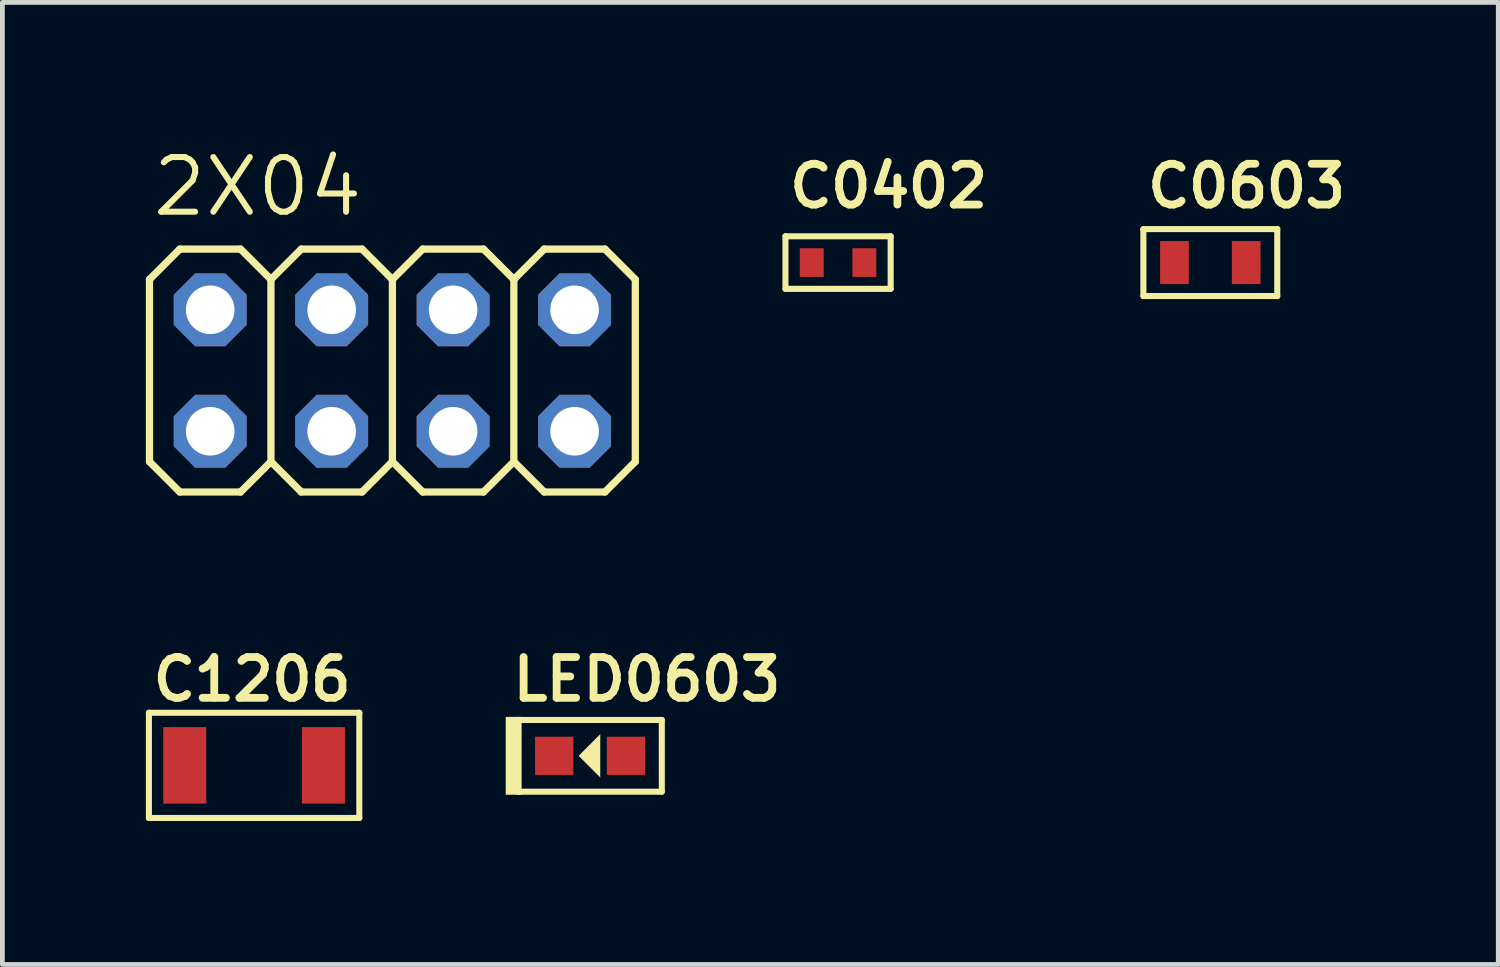
<source format=kicad_pcb>
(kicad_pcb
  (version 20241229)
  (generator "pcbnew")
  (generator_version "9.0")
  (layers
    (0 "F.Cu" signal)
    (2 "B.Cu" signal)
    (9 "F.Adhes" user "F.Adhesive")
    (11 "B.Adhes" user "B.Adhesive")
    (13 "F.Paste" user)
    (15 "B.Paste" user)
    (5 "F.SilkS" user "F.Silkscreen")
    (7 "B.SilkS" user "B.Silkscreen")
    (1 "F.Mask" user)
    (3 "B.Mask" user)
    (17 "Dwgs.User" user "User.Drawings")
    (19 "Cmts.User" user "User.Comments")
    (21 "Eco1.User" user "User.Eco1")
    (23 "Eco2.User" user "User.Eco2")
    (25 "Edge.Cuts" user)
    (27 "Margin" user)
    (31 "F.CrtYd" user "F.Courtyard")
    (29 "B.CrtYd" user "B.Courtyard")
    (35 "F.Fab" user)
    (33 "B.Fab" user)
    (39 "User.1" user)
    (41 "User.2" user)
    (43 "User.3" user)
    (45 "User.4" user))
  (footprint "C0603"
    (layer "F.Cu")
    (at 22.261 2.441)
    (property "Reference" "C0603" (at -1.4 -1.1 0) (layer "F.SilkS") (effects (font (size 0.853 0.853) (thickness 0.163)) (justify left bottom)))
    (fp_line (start -1.4 -0.7) (end -1.4 0.7) (stroke (width 0.127) (type solid)) (layer "F.SilkS"))
    (fp_line (start -1.4 0.7) (end 1.4 0.7) (stroke (width 0.127) (type solid)) (layer "F.SilkS"))
    (fp_line (start 1.4 -0.7) (end -1.4 -0.7) (stroke (width 0.127) (type solid)) (layer "F.SilkS"))
    (fp_line (start 1.4 0.7) (end 1.4 -0.7) (stroke (width 0.127) (type solid)) (layer "F.SilkS"))
    (pad "P$1" smd rect (at -0.75 0 180) (size 0.6 0.9) (layers "F.Cu" "F.Mask" "F.Paste"))
    (pad "P$2" smd rect (at 0.75 0 180) (size 0.6 0.9) (layers "F.Cu" "F.Mask" "F.Paste")))
  (footprint "LED0603"
    (layer "F.Cu")
    (at 9.29 12.756)
    (property "Reference" "LED0603" (at -1.7 -1.1 0) (layer "F.SilkS") (effects (font (size 0.853 0.853) (thickness 0.163)) (justify left bottom)))
    (fp_line (start -1.5 -0.75) (end -1.5 0.75) (stroke (width 0.127) (type solid)) (layer "F.SilkS"))
    (fp_line (start -1.5 0.75) (end 1.5 0.75) (stroke (width 0.127) (type solid)) (layer "F.SilkS"))
    (fp_line (start 1.5 -0.75) (end -1.5 -0.75) (stroke (width 0.127) (type solid)) (layer "F.SilkS"))
    (fp_line (start 1.5 0.75) (end 1.5 -0.75) (stroke (width 0.127) (type solid)) (layer "F.SilkS"))
    (fp_poly (pts (xy 0.213 0.453) (xy -0.24 0) (xy 0.213 -0.453)) (stroke (width 0) (type default)) (fill yes) (layer "F.SilkS"))
    (fp_poly (pts (xy -1.437 0.814) (xy -1.764 0.814) (xy -1.764 -0.814) (xy -1.437 -0.814)) (stroke (width 0) (type default)) (fill yes) (layer "F.SilkS"))
    (pad "ANODE" smd rect (at 0.75 0) (size 0.8 0.8) (layers "F.Cu" "F.Mask" "F.Paste"))
    (pad "CATHODE" smd rect (at -0.75 0) (size 0.8 0.8) (layers "F.Cu" "F.Mask" "F.Paste")))
  (footprint "C1206"
    (layer "F.Cu")
    (at 2.264 12.956)
    (property "Reference" "C1206" (at -2.2 -1.3 0) (layer "F.SilkS") (effects (font (size 0.853 0.853) (thickness 0.163)) (justify left bottom)))
    (fp_line (start -2.2 -1.1) (end -2.2 1.1) (stroke (width 0.127) (type solid)) (layer "F.SilkS"))
    (fp_line (start -2.2 1.1) (end 2.2 1.1) (stroke (width 0.127) (type solid)) (layer "F.SilkS"))
    (fp_line (start 2.2 -1.1) (end -2.2 -1.1) (stroke (width 0.127) (type solid)) (layer "F.SilkS"))
    (fp_line (start 2.2 1.1) (end 2.2 -1.1) (stroke (width 0.127) (type solid)) (layer "F.SilkS"))
    (pad "P$1" smd rect (at -1.45 0 180) (size 0.9 1.6) (layers "F.Cu" "F.Mask" "F.Paste"))
    (pad "P$2" smd rect (at 1.45 0 180) (size 0.9 1.6) (layers "F.Cu" "F.Mask" "F.Paste")))
  (footprint "2X04"
    (layer "F.Cu")
    (at 5.156 4.699)
    (property "Reference" "2X04" (at -5.08 -3.175 0) (layer "F.SilkS") (effects (font (size 1.143 1.143) (thickness 0.127)) (justify left bottom)))
    (fp_line (start -5.08 -1.905) (end -4.445 -2.54) (stroke (width 0.152) (type solid)) (layer "F.SilkS"))
    (fp_line (start -5.08 1.905) (end -5.08 -1.905) (stroke (width 0.152) (type solid)) (layer "F.SilkS"))
    (fp_line (start -5.08 1.905) (end -4.445 2.54) (stroke (width 0.152) (type solid)) (layer "F.SilkS"))
    (fp_line (start -4.445 -2.54) (end -3.175 -2.54) (stroke (width 0.152) (type solid)) (layer "F.SilkS"))
    (fp_line (start -4.445 2.54) (end -3.175 2.54) (stroke (width 0.152) (type solid)) (layer "F.SilkS"))
    (fp_line (start -3.175 -2.54) (end -2.54 -1.905) (stroke (width 0.152) (type solid)) (layer "F.SilkS"))
    (fp_line (start -3.175 2.54) (end -2.54 1.905) (stroke (width 0.152) (type solid)) (layer "F.SilkS"))
    (fp_line (start -2.54 -1.905) (end -2.54 1.905) (stroke (width 0.152) (type solid)) (layer "F.SilkS"))
    (fp_line (start -2.54 -1.905) (end -1.905 -2.54) (stroke (width 0.152) (type solid)) (layer "F.SilkS"))
    (fp_line (start -2.54 1.905) (end -1.905 2.54) (stroke (width 0.152) (type solid)) (layer "F.SilkS"))
    (fp_line (start -1.905 -2.54) (end -0.635 -2.54) (stroke (width 0.152) (type solid)) (layer "F.SilkS"))
    (fp_line (start -1.905 2.54) (end -0.635 2.54) (stroke (width 0.152) (type solid)) (layer "F.SilkS"))
    (fp_line (start -0.635 -2.54) (end 0 -1.905) (stroke (width 0.152) (type solid)) (layer "F.SilkS"))
    (fp_line (start -0.635 2.54) (end 0 1.905) (stroke (width 0.152) (type solid)) (layer "F.SilkS"))
    (fp_line (start 0 -1.905) (end 0 1.905) (stroke (width 0.152) (type solid)) (layer "F.SilkS"))
    (fp_line (start 0 -1.905) (end 0.635 -2.54) (stroke (width 0.152) (type solid)) (layer "F.SilkS"))
    (fp_line (start 0 1.905) (end 0.635 2.54) (stroke (width 0.152) (type solid)) (layer "F.SilkS"))
    (fp_line (start 0.635 -2.54) (end 1.905 -2.54) (stroke (width 0.152) (type solid)) (layer "F.SilkS"))
    (fp_line (start 0.635 2.54) (end 1.905 2.54) (stroke (width 0.152) (type solid)) (layer "F.SilkS"))
    (fp_line (start 1.905 -2.54) (end 2.54 -1.905) (stroke (width 0.152) (type solid)) (layer "F.SilkS"))
    (fp_line (start 1.905 2.54) (end 2.54 1.905) (stroke (width 0.152) (type solid)) (layer "F.SilkS"))
    (fp_line (start 2.54 -1.905) (end 2.54 1.905) (stroke (width 0.152) (type solid)) (layer "F.SilkS"))
    (fp_line (start 2.54 -1.905) (end 3.175 -2.54) (stroke (width 0.152) (type solid)) (layer "F.SilkS"))
    (fp_line (start 2.54 1.905) (end 3.175 2.54) (stroke (width 0.152) (type solid)) (layer "F.SilkS"))
    (fp_line (start 3.175 -2.54) (end 4.445 -2.54) (stroke (width 0.152) (type solid)) (layer "F.SilkS"))
    (fp_line (start 3.175 2.54) (end 4.445 2.54) (stroke (width 0.152) (type solid)) (layer "F.SilkS"))
    (fp_line (start 4.445 -2.54) (end 5.08 -1.905) (stroke (width 0.152) (type solid)) (layer "F.SilkS"))
    (fp_line (start 4.445 2.54) (end 5.08 1.905) (stroke (width 0.152) (type solid)) (layer "F.SilkS"))
    (fp_line (start 5.08 -1.905) (end 5.08 1.905) (stroke (width 0.152) (type solid)) (layer "F.SilkS"))
    (fp_poly (pts (xy -4.064 -1.016) (xy -3.556 -1.016) (xy -3.556 -1.524) (xy -4.064 -1.524)) (stroke (width 0.1) (type default)) (fill no) (layer "F.Fab"))
    (fp_poly (pts (xy -4.064 1.524) (xy -3.556 1.524) (xy -3.556 1.016) (xy -4.064 1.016)) (stroke (width 0.1) (type default)) (fill no) (layer "F.Fab"))
    (fp_poly (pts (xy -1.524 -1.016) (xy -1.016 -1.016) (xy -1.016 -1.524) (xy -1.524 -1.524)) (stroke (width 0.1) (type default)) (fill no) (layer "F.Fab"))
    (fp_poly (pts (xy -1.524 1.524) (xy -1.016 1.524) (xy -1.016 1.016) (xy -1.524 1.016)) (stroke (width 0.1) (type default)) (fill no) (layer "F.Fab"))
    (fp_poly (pts (xy 1.016 -1.016) (xy 1.524 -1.016) (xy 1.524 -1.524) (xy 1.016 -1.524)) (stroke (width 0.1) (type default)) (fill no) (layer "F.Fab"))
    (fp_poly (pts (xy 1.016 1.524) (xy 1.524 1.524) (xy 1.524 1.016) (xy 1.016 1.016)) (stroke (width 0.1) (type default)) (fill no) (layer "F.Fab"))
    (fp_poly (pts (xy 3.556 -1.016) (xy 4.064 -1.016) (xy 4.064 -1.524) (xy 3.556 -1.524)) (stroke (width 0.1) (type default)) (fill no) (layer "F.Fab"))
    (fp_poly (pts (xy 3.556 1.524) (xy 4.064 1.524) (xy 4.064 1.016) (xy 3.556 1.016)) (stroke (width 0.1) (type default)) (fill no) (layer "F.Fab"))
    (pad "1" thru_hole roundrect (at -3.81 1.27) (size 1.524 1.524) (drill 1.016) (layers "*.Cu" "*.Mask") (roundrect_rratio 0.25) (chamfer_ratio 0.293) (chamfer top_left top_right bottom_left bottom_right))
    (pad "2" thru_hole roundrect (at -3.81 -1.27) (size 1.524 1.524) (drill 1.016) (layers "*.Cu" "*.Mask") (roundrect_rratio 0.25) (chamfer_ratio 0.293) (chamfer top_left top_right bottom_left bottom_right))
    (pad "3" thru_hole roundrect (at -1.27 1.27) (size 1.524 1.524) (drill 1.016) (layers "*.Cu" "*.Mask") (roundrect_rratio 0.25) (chamfer_ratio 0.293) (chamfer top_left top_right bottom_left bottom_right))
    (pad "4" thru_hole roundrect (at -1.27 -1.27) (size 1.524 1.524) (drill 1.016) (layers "*.Cu" "*.Mask") (roundrect_rratio 0.25) (chamfer_ratio 0.293) (chamfer top_left top_right bottom_left bottom_right))
    (pad "5" thru_hole roundrect (at 1.27 1.27) (size 1.524 1.524) (drill 1.016) (layers "*.Cu" "*.Mask") (roundrect_rratio 0.25) (chamfer_ratio 0.293) (chamfer top_left top_right bottom_left bottom_right))
    (pad "6" thru_hole roundrect (at 1.27 -1.27) (size 1.524 1.524) (drill 1.016) (layers "*.Cu" "*.Mask") (roundrect_rratio 0.25) (chamfer_ratio 0.293) (chamfer top_left top_right bottom_left bottom_right))
    (pad "7" thru_hole roundrect (at 3.81 1.27) (size 1.524 1.524) (drill 1.016) (layers "*.Cu" "*.Mask") (roundrect_rratio 0.25) (chamfer_ratio 0.293) (chamfer top_left top_right bottom_left bottom_right))
    (pad "8" thru_hole roundrect (at 3.81 -1.27) (size 1.524 1.524) (drill 1.016) (layers "*.Cu" "*.Mask") (roundrect_rratio 0.25) (chamfer_ratio 0.293) (chamfer top_left top_right bottom_left bottom_right)))
  (footprint "C0402"
    (layer "F.Cu")
    (at 14.476 2.441)
    (property "Reference" "C0402" (at -1.1 -1.1 0) (layer "F.SilkS") (effects (font (size 0.853 0.853) (thickness 0.163)) (justify left bottom)))
    (fp_line (start -1.1 -0.55) (end -1.1 0.55) (stroke (width 0.127) (type solid)) (layer "F.SilkS"))
    (fp_line (start -1.1 0.55) (end 1.1 0.55) (stroke (width 0.127) (type solid)) (layer "F.SilkS"))
    (fp_line (start 1.1 -0.55) (end -1.1 -0.55) (stroke (width 0.127) (type solid)) (layer "F.SilkS"))
    (fp_line (start 1.1 0.55) (end 1.1 -0.55) (stroke (width 0.127) (type solid)) (layer "F.SilkS"))
    (pad "P$1" smd rect (at -0.55 0 180) (size 0.5 0.6) (layers "F.Cu" "F.Mask" "F.Paste"))
    (pad "P$2" smd rect (at 0.55 0 180) (size 0.5 0.6) (layers "F.Cu" "F.Mask" "F.Paste")))
  (gr_rect
    (start -3 -3)
    (end 28.283 17.12)
    (stroke (width 0.1) (type default))
    (fill no)
    (layer "Edge.Cuts")))
</source>
